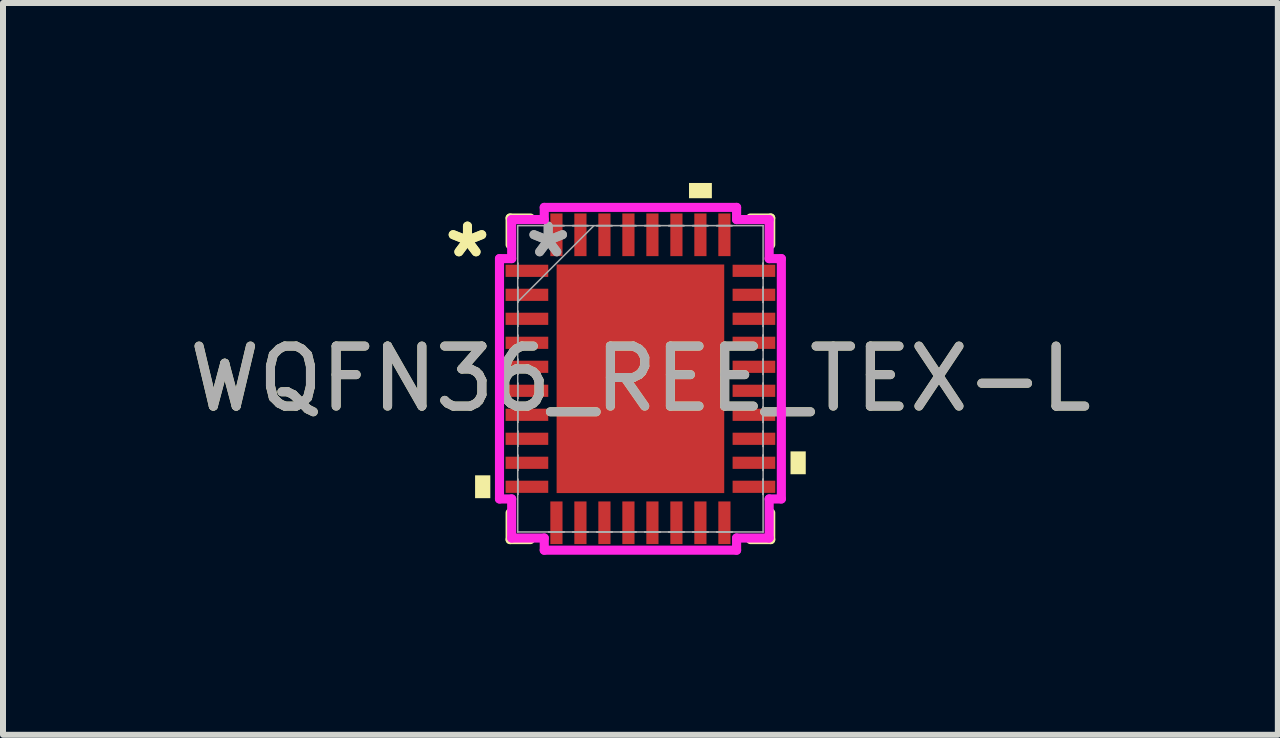
<source format=kicad_pcb>
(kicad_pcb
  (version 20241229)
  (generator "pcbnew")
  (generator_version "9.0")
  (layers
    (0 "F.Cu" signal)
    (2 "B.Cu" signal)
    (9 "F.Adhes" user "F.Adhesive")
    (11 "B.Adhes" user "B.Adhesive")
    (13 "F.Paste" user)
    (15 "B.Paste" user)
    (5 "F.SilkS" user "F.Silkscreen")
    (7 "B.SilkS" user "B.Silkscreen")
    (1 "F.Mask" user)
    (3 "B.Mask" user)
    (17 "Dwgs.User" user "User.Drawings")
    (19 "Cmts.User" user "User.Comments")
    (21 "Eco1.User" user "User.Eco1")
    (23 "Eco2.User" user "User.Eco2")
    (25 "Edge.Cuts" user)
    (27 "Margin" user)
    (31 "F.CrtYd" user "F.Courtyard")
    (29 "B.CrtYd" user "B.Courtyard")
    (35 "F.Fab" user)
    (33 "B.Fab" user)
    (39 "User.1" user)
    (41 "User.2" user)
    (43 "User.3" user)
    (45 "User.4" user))
  (footprint "WQFN36_REE_TEX-L"
    (layer "F.Cu")
    (at 7.625 3.264)
    (property "Reference" "WQFN36_REE_TEX-L" (at 0 0 0) (unlocked yes) (layer "F.SilkS") (effects (font (size 1 1) (thickness 0.15))))
    (attr smd)
    (fp_line (start -2.172 -2.68) (end -2.172 -2.234) (stroke (width 0.152) (type solid)) (layer "F.SilkS"))
    (fp_line (start -2.172 2.234) (end -2.172 2.68) (stroke (width 0.152) (type solid)) (layer "F.SilkS"))
    (fp_line (start -2.172 2.68) (end -1.834 2.68) (stroke (width 0.152) (type solid)) (layer "F.SilkS"))
    (fp_line (start -1.834 -2.68) (end -2.172 -2.68) (stroke (width 0.152) (type solid)) (layer "F.SilkS"))
    (fp_line (start 1.834 2.68) (end 2.172 2.68) (stroke (width 0.152) (type solid)) (layer "F.SilkS"))
    (fp_line (start 2.172 -2.68) (end 1.834 -2.68) (stroke (width 0.152) (type solid)) (layer "F.SilkS"))
    (fp_line (start 2.172 -2.234) (end 2.172 -2.68) (stroke (width 0.152) (type solid)) (layer "F.SilkS"))
    (fp_line (start 2.172 2.68) (end 2.172 2.234) (stroke (width 0.152) (type solid)) (layer "F.SilkS"))
    (fp_poly (pts (xy -2.756 1.609) (xy -2.756 1.99) (xy -2.502 1.99) (xy -2.502 1.609)) (stroke (width 0) (type solid)) (fill yes) (layer "F.SilkS"))
    (fp_poly (pts (xy 0.81 -3.01) (xy 0.81 -3.264) (xy 1.191 -3.264) (xy 1.191 -3.01)) (stroke (width 0) (type solid)) (fill yes) (layer "F.SilkS"))
    (fp_poly (pts (xy 2.756 1.21) (xy 2.756 1.591) (xy 2.502 1.591) (xy 2.502 1.21)) (stroke (width 0) (type solid)) (fill yes) (layer "F.SilkS"))
    (fp_poly (pts (xy -1.297 -1.805) (xy -1.297 -0.735) (xy -0.1 -0.735) (xy -0.1 -1.805)) (stroke (width 0) (type solid)) (fill yes) (layer "F.Paste"))
    (fp_poly (pts (xy -1.297 -0.535) (xy -1.297 0.535) (xy -0.1 0.535) (xy -0.1 -0.535)) (stroke (width 0) (type solid)) (fill yes) (layer "F.Paste"))
    (fp_poly (pts (xy -1.297 0.735) (xy -1.297 1.805) (xy -0.1 1.805) (xy -0.1 0.735)) (stroke (width 0) (type solid)) (fill yes) (layer "F.Paste"))
    (fp_poly (pts (xy 0.1 -1.805) (xy 0.1 -0.735) (xy 1.297 -0.735) (xy 1.297 -1.805)) (stroke (width 0) (type solid)) (fill yes) (layer "F.Paste"))
    (fp_poly (pts (xy 0.1 -0.535) (xy 0.1 0.535) (xy 1.297 0.535) (xy 1.297 -0.535)) (stroke (width 0) (type solid)) (fill yes) (layer "F.Paste"))
    (fp_poly (pts (xy 0.1 0.735) (xy 0.1 1.805) (xy 1.297 1.805) (xy 1.297 0.735)) (stroke (width 0) (type solid)) (fill yes) (layer "F.Paste"))
    (fp_line (start -2.349 -2.003) (end -2.146 -2.003) (stroke (width 0.152) (type solid)) (layer "F.CrtYd"))
    (fp_line (start -2.349 2.003) (end -2.349 -2.003) (stroke (width 0.152) (type solid)) (layer "F.CrtYd"))
    (fp_line (start -2.146 -2.654) (end -1.603 -2.654) (stroke (width 0.152) (type solid)) (layer "F.CrtYd"))
    (fp_line (start -2.146 -2.003) (end -2.146 -2.654) (stroke (width 0.152) (type solid)) (layer "F.CrtYd"))
    (fp_line (start -2.146 2.003) (end -2.349 2.003) (stroke (width 0.152) (type solid)) (layer "F.CrtYd"))
    (fp_line (start -2.146 2.654) (end -2.146 2.003) (stroke (width 0.152) (type solid)) (layer "F.CrtYd"))
    (fp_line (start -1.603 -2.857) (end 1.603 -2.857) (stroke (width 0.152) (type solid)) (layer "F.CrtYd"))
    (fp_line (start -1.603 -2.654) (end -1.603 -2.857) (stroke (width 0.152) (type solid)) (layer "F.CrtYd"))
    (fp_line (start -1.603 2.654) (end -2.146 2.654) (stroke (width 0.152) (type solid)) (layer "F.CrtYd"))
    (fp_line (start -1.603 2.857) (end -1.603 2.654) (stroke (width 0.152) (type solid)) (layer "F.CrtYd"))
    (fp_line (start 1.603 -2.857) (end 1.603 -2.654) (stroke (width 0.152) (type solid)) (layer "F.CrtYd"))
    (fp_line (start 1.603 -2.654) (end 2.146 -2.654) (stroke (width 0.152) (type solid)) (layer "F.CrtYd"))
    (fp_line (start 1.603 2.654) (end 1.603 2.857) (stroke (width 0.152) (type solid)) (layer "F.CrtYd"))
    (fp_line (start 1.603 2.857) (end -1.603 2.857) (stroke (width 0.152) (type solid)) (layer "F.CrtYd"))
    (fp_line (start 2.146 -2.654) (end 2.146 -2.003) (stroke (width 0.152) (type solid)) (layer "F.CrtYd"))
    (fp_line (start 2.146 -2.003) (end 2.349 -2.003) (stroke (width 0.152) (type solid)) (layer "F.CrtYd"))
    (fp_line (start 2.146 2.003) (end 2.146 2.654) (stroke (width 0.152) (type solid)) (layer "F.CrtYd"))
    (fp_line (start 2.146 2.654) (end 1.603 2.654) (stroke (width 0.152) (type solid)) (layer "F.CrtYd"))
    (fp_line (start 2.349 -2.003) (end 2.349 2.003) (stroke (width 0.152) (type solid)) (layer "F.CrtYd"))
    (fp_line (start 2.349 2.003) (end 2.146 2.003) (stroke (width 0.152) (type solid)) (layer "F.CrtYd"))
    (fp_line (start -2.045 -2.553) (end -2.045 -2.553) (stroke (width 0.025) (type solid)) (layer "F.Fab"))
    (fp_line (start -2.045 -2.553) (end -2.045 2.553) (stroke (width 0.025) (type solid)) (layer "F.Fab"))
    (fp_line (start -2.045 -1.927) (end -2.045 -1.927) (stroke (width 0.025) (type solid)) (layer "F.Fab"))
    (fp_line (start -2.045 -1.927) (end -2.045 -1.673) (stroke (width 0.025) (type solid)) (layer "F.Fab"))
    (fp_line (start -2.045 -1.673) (end -2.045 -1.927) (stroke (width 0.025) (type solid)) (layer "F.Fab"))
    (fp_line (start -2.045 -1.673) (end -2.045 -1.673) (stroke (width 0.025) (type solid)) (layer "F.Fab"))
    (fp_line (start -2.045 -1.527) (end -2.045 -1.527) (stroke (width 0.025) (type solid)) (layer "F.Fab"))
    (fp_line (start -2.045 -1.527) (end -2.045 -1.273) (stroke (width 0.025) (type solid)) (layer "F.Fab"))
    (fp_line (start -2.045 -1.283) (end -0.775 -2.553) (stroke (width 0.025) (type solid)) (layer "F.Fab"))
    (fp_line (start -2.045 -1.273) (end -2.045 -1.527) (stroke (width 0.025) (type solid)) (layer "F.Fab"))
    (fp_line (start -2.045 -1.273) (end -2.045 -1.273) (stroke (width 0.025) (type solid)) (layer "F.Fab"))
    (fp_line (start -2.045 -1.127) (end -2.045 -1.127) (stroke (width 0.025) (type solid)) (layer "F.Fab"))
    (fp_line (start -2.045 -1.127) (end -2.045 -0.873) (stroke (width 0.025) (type solid)) (layer "F.Fab"))
    (fp_line (start -2.045 -0.873) (end -2.045 -1.127) (stroke (width 0.025) (type solid)) (layer "F.Fab"))
    (fp_line (start -2.045 -0.873) (end -2.045 -0.873) (stroke (width 0.025) (type solid)) (layer "F.Fab"))
    (fp_line (start -2.045 -0.727) (end -2.045 -0.727) (stroke (width 0.025) (type solid)) (layer "F.Fab"))
    (fp_line (start -2.045 -0.727) (end -2.045 -0.473) (stroke (width 0.025) (type solid)) (layer "F.Fab"))
    (fp_line (start -2.045 -0.473) (end -2.045 -0.727) (stroke (width 0.025) (type solid)) (layer "F.Fab"))
    (fp_line (start -2.045 -0.473) (end -2.045 -0.473) (stroke (width 0.025) (type solid)) (layer "F.Fab"))
    (fp_line (start -2.045 -0.327) (end -2.045 -0.327) (stroke (width 0.025) (type solid)) (layer "F.Fab"))
    (fp_line (start -2.045 -0.327) (end -2.045 -0.073) (stroke (width 0.025) (type solid)) (layer "F.Fab"))
    (fp_line (start -2.045 -0.073) (end -2.045 -0.327) (stroke (width 0.025) (type solid)) (layer "F.Fab"))
    (fp_line (start -2.045 -0.073) (end -2.045 -0.073) (stroke (width 0.025) (type solid)) (layer "F.Fab"))
    (fp_line (start -2.045 0.073) (end -2.045 0.073) (stroke (width 0.025) (type solid)) (layer "F.Fab"))
    (fp_line (start -2.045 0.073) (end -2.045 0.327) (stroke (width 0.025) (type solid)) (layer "F.Fab"))
    (fp_line (start -2.045 0.327) (end -2.045 0.073) (stroke (width 0.025) (type solid)) (layer "F.Fab"))
    (fp_line (start -2.045 0.327) (end -2.045 0.327) (stroke (width 0.025) (type solid)) (layer "F.Fab"))
    (fp_line (start -2.045 0.473) (end -2.045 0.473) (stroke (width 0.025) (type solid)) (layer "F.Fab"))
    (fp_line (start -2.045 0.473) (end -2.045 0.727) (stroke (width 0.025) (type solid)) (layer "F.Fab"))
    (fp_line (start -2.045 0.727) (end -2.045 0.473) (stroke (width 0.025) (type solid)) (layer "F.Fab"))
    (fp_line (start -2.045 0.727) (end -2.045 0.727) (stroke (width 0.025) (type solid)) (layer "F.Fab"))
    (fp_line (start -2.045 0.873) (end -2.045 0.873) (stroke (width 0.025) (type solid)) (layer "F.Fab"))
    (fp_line (start -2.045 0.873) (end -2.045 1.127) (stroke (width 0.025) (type solid)) (layer "F.Fab"))
    (fp_line (start -2.045 1.127) (end -2.045 0.873) (stroke (width 0.025) (type solid)) (layer "F.Fab"))
    (fp_line (start -2.045 1.127) (end -2.045 1.127) (stroke (width 0.025) (type solid)) (layer "F.Fab"))
    (fp_line (start -2.045 1.273) (end -2.045 1.273) (stroke (width 0.025) (type solid)) (layer "F.Fab"))
    (fp_line (start -2.045 1.273) (end -2.045 1.527) (stroke (width 0.025) (type solid)) (layer "F.Fab"))
    (fp_line (start -2.045 1.527) (end -2.045 1.273) (stroke (width 0.025) (type solid)) (layer "F.Fab"))
    (fp_line (start -2.045 1.527) (end -2.045 1.527) (stroke (width 0.025) (type solid)) (layer "F.Fab"))
    (fp_line (start -2.045 1.673) (end -2.045 1.673) (stroke (width 0.025) (type solid)) (layer "F.Fab"))
    (fp_line (start -2.045 1.673) (end -2.045 1.927) (stroke (width 0.025) (type solid)) (layer "F.Fab"))
    (fp_line (start -2.045 1.927) (end -2.045 1.673) (stroke (width 0.025) (type solid)) (layer "F.Fab"))
    (fp_line (start -2.045 1.927) (end -2.045 1.927) (stroke (width 0.025) (type solid)) (layer "F.Fab"))
    (fp_line (start -2.045 2.553) (end -2.045 2.553) (stroke (width 0.025) (type solid)) (layer "F.Fab"))
    (fp_line (start -2.045 2.553) (end 2.045 2.553) (stroke (width 0.025) (type solid)) (layer "F.Fab"))
    (fp_line (start -1.527 -2.553) (end -1.527 -2.553) (stroke (width 0.025) (type solid)) (layer "F.Fab"))
    (fp_line (start -1.527 -2.553) (end -1.273 -2.553) (stroke (width 0.025) (type solid)) (layer "F.Fab"))
    (fp_line (start -1.527 2.553) (end -1.527 2.553) (stroke (width 0.025) (type solid)) (layer "F.Fab"))
    (fp_line (start -1.527 2.553) (end -1.273 2.553) (stroke (width 0.025) (type solid)) (layer "F.Fab"))
    (fp_line (start -1.273 -2.553) (end -1.527 -2.553) (stroke (width 0.025) (type solid)) (layer "F.Fab"))
    (fp_line (start -1.273 -2.553) (end -1.273 -2.553) (stroke (width 0.025) (type solid)) (layer "F.Fab"))
    (fp_line (start -1.273 2.553) (end -1.527 2.553) (stroke (width 0.025) (type solid)) (layer "F.Fab"))
    (fp_line (start -1.273 2.553) (end -1.273 2.553) (stroke (width 0.025) (type solid)) (layer "F.Fab"))
    (fp_line (start -1.127 -2.553) (end -1.127 -2.553) (stroke (width 0.025) (type solid)) (layer "F.Fab"))
    (fp_line (start -1.127 -2.553) (end -0.873 -2.553) (stroke (width 0.025) (type solid)) (layer "F.Fab"))
    (fp_line (start -1.127 2.553) (end -1.127 2.553) (stroke (width 0.025) (type solid)) (layer "F.Fab"))
    (fp_line (start -1.127 2.553) (end -0.873 2.553) (stroke (width 0.025) (type solid)) (layer "F.Fab"))
    (fp_line (start -0.873 -2.553) (end -1.127 -2.553) (stroke (width 0.025) (type solid)) (layer "F.Fab"))
    (fp_line (start -0.873 -2.553) (end -0.873 -2.553) (stroke (width 0.025) (type solid)) (layer "F.Fab"))
    (fp_line (start -0.873 2.553) (end -1.127 2.553) (stroke (width 0.025) (type solid)) (layer "F.Fab"))
    (fp_line (start -0.873 2.553) (end -0.873 2.553) (stroke (width 0.025) (type solid)) (layer "F.Fab"))
    (fp_line (start -0.727 -2.553) (end -0.727 -2.553) (stroke (width 0.025) (type solid)) (layer "F.Fab"))
    (fp_line (start -0.727 -2.553) (end -0.473 -2.553) (stroke (width 0.025) (type solid)) (layer "F.Fab"))
    (fp_line (start -0.727 2.553) (end -0.727 2.553) (stroke (width 0.025) (type solid)) (layer "F.Fab"))
    (fp_line (start -0.727 2.553) (end -0.473 2.553) (stroke (width 0.025) (type solid)) (layer "F.Fab"))
    (fp_line (start -0.473 -2.553) (end -0.727 -2.553) (stroke (width 0.025) (type solid)) (layer "F.Fab"))
    (fp_line (start -0.473 -2.553) (end -0.473 -2.553) (stroke (width 0.025) (type solid)) (layer "F.Fab"))
    (fp_line (start -0.473 2.553) (end -0.727 2.553) (stroke (width 0.025) (type solid)) (layer "F.Fab"))
    (fp_line (start -0.473 2.553) (end -0.473 2.553) (stroke (width 0.025) (type solid)) (layer "F.Fab"))
    (fp_line (start -0.327 -2.553) (end -0.327 -2.553) (stroke (width 0.025) (type solid)) (layer "F.Fab"))
    (fp_line (start -0.327 -2.553) (end -0.073 -2.553) (stroke (width 0.025) (type solid)) (layer "F.Fab"))
    (fp_line (start -0.327 2.553) (end -0.327 2.553) (stroke (width 0.025) (type solid)) (layer "F.Fab"))
    (fp_line (start -0.327 2.553) (end -0.073 2.553) (stroke (width 0.025) (type solid)) (layer "F.Fab"))
    (fp_line (start -0.073 -2.553) (end -0.327 -2.553) (stroke (width 0.025) (type solid)) (layer "F.Fab"))
    (fp_line (start -0.073 -2.553) (end -0.073 -2.553) (stroke (width 0.025) (type solid)) (layer "F.Fab"))
    (fp_line (start -0.073 2.553) (end -0.327 2.553) (stroke (width 0.025) (type solid)) (layer "F.Fab"))
    (fp_line (start -0.073 2.553) (end -0.073 2.553) (stroke (width 0.025) (type solid)) (layer "F.Fab"))
    (fp_line (start 0.073 -2.553) (end 0.073 -2.553) (stroke (width 0.025) (type solid)) (layer "F.Fab"))
    (fp_line (start 0.073 -2.553) (end 0.327 -2.553) (stroke (width 0.025) (type solid)) (layer "F.Fab"))
    (fp_line (start 0.073 2.553) (end 0.073 2.553) (stroke (width 0.025) (type solid)) (layer "F.Fab"))
    (fp_line (start 0.073 2.553) (end 0.327 2.553) (stroke (width 0.025) (type solid)) (layer "F.Fab"))
    (fp_line (start 0.327 -2.553) (end 0.073 -2.553) (stroke (width 0.025) (type solid)) (layer "F.Fab"))
    (fp_line (start 0.327 -2.553) (end 0.327 -2.553) (stroke (width 0.025) (type solid)) (layer "F.Fab"))
    (fp_line (start 0.327 2.553) (end 0.073 2.553) (stroke (width 0.025) (type solid)) (layer "F.Fab"))
    (fp_line (start 0.327 2.553) (end 0.327 2.553) (stroke (width 0.025) (type solid)) (layer "F.Fab"))
    (fp_line (start 0.473 -2.553) (end 0.473 -2.553) (stroke (width 0.025) (type solid)) (layer "F.Fab"))
    (fp_line (start 0.473 -2.553) (end 0.727 -2.553) (stroke (width 0.025) (type solid)) (layer "F.Fab"))
    (fp_line (start 0.473 2.553) (end 0.473 2.553) (stroke (width 0.025) (type solid)) (layer "F.Fab"))
    (fp_line (start 0.473 2.553) (end 0.727 2.553) (stroke (width 0.025) (type solid)) (layer "F.Fab"))
    (fp_line (start 0.727 -2.553) (end 0.473 -2.553) (stroke (width 0.025) (type solid)) (layer "F.Fab"))
    (fp_line (start 0.727 -2.553) (end 0.727 -2.553) (stroke (width 0.025) (type solid)) (layer "F.Fab"))
    (fp_line (start 0.727 2.553) (end 0.473 2.553) (stroke (width 0.025) (type solid)) (layer "F.Fab"))
    (fp_line (start 0.727 2.553) (end 0.727 2.553) (stroke (width 0.025) (type solid)) (layer "F.Fab"))
    (fp_line (start 0.873 -2.553) (end 0.873 -2.553) (stroke (width 0.025) (type solid)) (layer "F.Fab"))
    (fp_line (start 0.873 -2.553) (end 1.127 -2.553) (stroke (width 0.025) (type solid)) (layer "F.Fab"))
    (fp_line (start 0.873 2.553) (end 0.873 2.553) (stroke (width 0.025) (type solid)) (layer "F.Fab"))
    (fp_line (start 0.873 2.553) (end 1.127 2.553) (stroke (width 0.025) (type solid)) (layer "F.Fab"))
    (fp_line (start 1.127 -2.553) (end 0.873 -2.553) (stroke (width 0.025) (type solid)) (layer "F.Fab"))
    (fp_line (start 1.127 -2.553) (end 1.127 -2.553) (stroke (width 0.025) (type solid)) (layer "F.Fab"))
    (fp_line (start 1.127 2.553) (end 0.873 2.553) (stroke (width 0.025) (type solid)) (layer "F.Fab"))
    (fp_line (start 1.127 2.553) (end 1.127 2.553) (stroke (width 0.025) (type solid)) (layer "F.Fab"))
    (fp_line (start 1.273 -2.553) (end 1.273 -2.553) (stroke (width 0.025) (type solid)) (layer "F.Fab"))
    (fp_line (start 1.273 -2.553) (end 1.527 -2.553) (stroke (width 0.025) (type solid)) (layer "F.Fab"))
    (fp_line (start 1.273 2.553) (end 1.273 2.553) (stroke (width 0.025) (type solid)) (layer "F.Fab"))
    (fp_line (start 1.273 2.553) (end 1.527 2.553) (stroke (width 0.025) (type solid)) (layer "F.Fab"))
    (fp_line (start 1.527 -2.553) (end 1.273 -2.553) (stroke (width 0.025) (type solid)) (layer "F.Fab"))
    (fp_line (start 1.527 -2.553) (end 1.527 -2.553) (stroke (width 0.025) (type solid)) (layer "F.Fab"))
    (fp_line (start 1.527 2.553) (end 1.273 2.553) (stroke (width 0.025) (type solid)) (layer "F.Fab"))
    (fp_line (start 1.527 2.553) (end 1.527 2.553) (stroke (width 0.025) (type solid)) (layer "F.Fab"))
    (fp_line (start 2.045 -2.553) (end -2.045 -2.553) (stroke (width 0.025) (type solid)) (layer "F.Fab"))
    (fp_line (start 2.045 -2.553) (end 2.045 -2.553) (stroke (width 0.025) (type solid)) (layer "F.Fab"))
    (fp_line (start 2.045 -1.927) (end 2.045 -1.927) (stroke (width 0.025) (type solid)) (layer "F.Fab"))
    (fp_line (start 2.045 -1.927) (end 2.045 -1.673) (stroke (width 0.025) (type solid)) (layer "F.Fab"))
    (fp_line (start 2.045 -1.673) (end 2.045 -1.927) (stroke (width 0.025) (type solid)) (layer "F.Fab"))
    (fp_line (start 2.045 -1.673) (end 2.045 -1.673) (stroke (width 0.025) (type solid)) (layer "F.Fab"))
    (fp_line (start 2.045 -1.527) (end 2.045 -1.527) (stroke (width 0.025) (type solid)) (layer "F.Fab"))
    (fp_line (start 2.045 -1.527) (end 2.045 -1.273) (stroke (width 0.025) (type solid)) (layer "F.Fab"))
    (fp_line (start 2.045 -1.273) (end 2.045 -1.527) (stroke (width 0.025) (type solid)) (layer "F.Fab"))
    (fp_line (start 2.045 -1.273) (end 2.045 -1.273) (stroke (width 0.025) (type solid)) (layer "F.Fab"))
    (fp_line (start 2.045 -1.127) (end 2.045 -1.127) (stroke (width 0.025) (type solid)) (layer "F.Fab"))
    (fp_line (start 2.045 -1.127) (end 2.045 -0.873) (stroke (width 0.025) (type solid)) (layer "F.Fab"))
    (fp_line (start 2.045 -0.873) (end 2.045 -1.127) (stroke (width 0.025) (type solid)) (layer "F.Fab"))
    (fp_line (start 2.045 -0.873) (end 2.045 -0.873) (stroke (width 0.025) (type solid)) (layer "F.Fab"))
    (fp_line (start 2.045 -0.727) (end 2.045 -0.727) (stroke (width 0.025) (type solid)) (layer "F.Fab"))
    (fp_line (start 2.045 -0.727) (end 2.045 -0.473) (stroke (width 0.025) (type solid)) (layer "F.Fab"))
    (fp_line (start 2.045 -0.473) (end 2.045 -0.727) (stroke (width 0.025) (type solid)) (layer "F.Fab"))
    (fp_line (start 2.045 -0.473) (end 2.045 -0.473) (stroke (width 0.025) (type solid)) (layer "F.Fab"))
    (fp_line (start 2.045 -0.327) (end 2.045 -0.327) (stroke (width 0.025) (type solid)) (layer "F.Fab"))
    (fp_line (start 2.045 -0.327) (end 2.045 -0.073) (stroke (width 0.025) (type solid)) (layer "F.Fab"))
    (fp_line (start 2.045 -0.073) (end 2.045 -0.327) (stroke (width 0.025) (type solid)) (layer "F.Fab"))
    (fp_line (start 2.045 -0.073) (end 2.045 -0.073) (stroke (width 0.025) (type solid)) (layer "F.Fab"))
    (fp_line (start 2.045 0.073) (end 2.045 0.073) (stroke (width 0.025) (type solid)) (layer "F.Fab"))
    (fp_line (start 2.045 0.073) (end 2.045 0.327) (stroke (width 0.025) (type solid)) (layer "F.Fab"))
    (fp_line (start 2.045 0.327) (end 2.045 0.073) (stroke (width 0.025) (type solid)) (layer "F.Fab"))
    (fp_line (start 2.045 0.327) (end 2.045 0.327) (stroke (width 0.025) (type solid)) (layer "F.Fab"))
    (fp_line (start 2.045 0.473) (end 2.045 0.473) (stroke (width 0.025) (type solid)) (layer "F.Fab"))
    (fp_line (start 2.045 0.473) (end 2.045 0.727) (stroke (width 0.025) (type solid)) (layer "F.Fab"))
    (fp_line (start 2.045 0.727) (end 2.045 0.473) (stroke (width 0.025) (type solid)) (layer "F.Fab"))
    (fp_line (start 2.045 0.727) (end 2.045 0.727) (stroke (width 0.025) (type solid)) (layer "F.Fab"))
    (fp_line (start 2.045 0.873) (end 2.045 0.873) (stroke (width 0.025) (type solid)) (layer "F.Fab"))
    (fp_line (start 2.045 0.873) (end 2.045 1.127) (stroke (width 0.025) (type solid)) (layer "F.Fab"))
    (fp_line (start 2.045 1.127) (end 2.045 0.873) (stroke (width 0.025) (type solid)) (layer "F.Fab"))
    (fp_line (start 2.045 1.127) (end 2.045 1.127) (stroke (width 0.025) (type solid)) (layer "F.Fab"))
    (fp_line (start 2.045 1.273) (end 2.045 1.273) (stroke (width 0.025) (type solid)) (layer "F.Fab"))
    (fp_line (start 2.045 1.273) (end 2.045 1.527) (stroke (width 0.025) (type solid)) (layer "F.Fab"))
    (fp_line (start 2.045 1.527) (end 2.045 1.273) (stroke (width 0.025) (type solid)) (layer "F.Fab"))
    (fp_line (start 2.045 1.527) (end 2.045 1.527) (stroke (width 0.025) (type solid)) (layer "F.Fab"))
    (fp_line (start 2.045 1.673) (end 2.045 1.673) (stroke (width 0.025) (type solid)) (layer "F.Fab"))
    (fp_line (start 2.045 1.673) (end 2.045 1.927) (stroke (width 0.025) (type solid)) (layer "F.Fab"))
    (fp_line (start 2.045 1.927) (end 2.045 1.673) (stroke (width 0.025) (type solid)) (layer "F.Fab"))
    (fp_line (start 2.045 1.927) (end 2.045 1.927) (stroke (width 0.025) (type solid)) (layer "F.Fab"))
    (fp_line (start 2.045 2.553) (end 2.045 -2.553) (stroke (width 0.025) (type solid)) (layer "F.Fab"))
    (fp_line (start 2.045 2.553) (end 2.045 2.553) (stroke (width 0.025) (type solid)) (layer "F.Fab"))
    (fp_text user "*" (at -2.883 -2 0) (unlocked yes) (layer "F.SilkS") (effects (font (size 1 1) (thickness 0.15))))
    (fp_text user "*" (at -2.883 -2 0) (layer "F.SilkS") (effects (font (size 1 1) (thickness 0.15))))
    (fp_text user "*" (at -1.537 -2 0) (unlocked yes) (layer "F.Fab") (effects (font (size 1 1) (thickness 0.15))))
    (fp_text user "${REFERENCE}" (at 0 0 0) (unlocked yes) (layer "F.Fab") (effects (font (size 1 1) (thickness 0.15))))
    (fp_text user "*" (at -1.537 -2 0) (layer "F.Fab") (effects (font (size 1 1) (thickness 0.15))))
    (pad "1" smd rect (at -1.892 -1.8 90) (size 0.203 0.711) (layers "F.Cu" "F.Mask" "F.Paste"))
    (pad "2" smd rect (at -1.892 -1.4 90) (size 0.203 0.711) (layers "F.Cu" "F.Mask" "F.Paste"))
    (pad "3" smd rect (at -1.892 -1 90) (size 0.203 0.711) (layers "F.Cu" "F.Mask" "F.Paste"))
    (pad "4" smd rect (at -1.892 -0.6 90) (size 0.203 0.711) (layers "F.Cu" "F.Mask" "F.Paste"))
    (pad "5" smd rect (at -1.892 -0.2 90) (size 0.203 0.711) (layers "F.Cu" "F.Mask" "F.Paste"))
    (pad "6" smd rect (at -1.892 0.2 90) (size 0.203 0.711) (layers "F.Cu" "F.Mask" "F.Paste"))
    (pad "7" smd rect (at -1.892 0.6 90) (size 0.203 0.711) (layers "F.Cu" "F.Mask" "F.Paste"))
    (pad "8" smd rect (at -1.892 1 90) (size 0.203 0.711) (layers "F.Cu" "F.Mask" "F.Paste"))
    (pad "9" smd rect (at -1.892 1.4 90) (size 0.203 0.711) (layers "F.Cu" "F.Mask" "F.Paste"))
    (pad "10" smd rect (at -1.892 1.8 90) (size 0.203 0.711) (layers "F.Cu" "F.Mask" "F.Paste"))
    (pad "11" smd rect (at -1.4 2.4) (size 0.203 0.711) (layers "F.Cu" "F.Mask" "F.Paste"))
    (pad "12" smd rect (at -1 2.4) (size 0.203 0.711) (layers "F.Cu" "F.Mask" "F.Paste"))
    (pad "13" smd rect (at -0.6 2.4) (size 0.203 0.711) (layers "F.Cu" "F.Mask" "F.Paste"))
    (pad "14" smd rect (at -0.2 2.4) (size 0.203 0.711) (layers "F.Cu" "F.Mask" "F.Paste"))
    (pad "15" smd rect (at 0.2 2.4) (size 0.203 0.711) (layers "F.Cu" "F.Mask" "F.Paste"))
    (pad "16" smd rect (at 0.6 2.4) (size 0.203 0.711) (layers "F.Cu" "F.Mask" "F.Paste"))
    (pad "17" smd rect (at 1 2.4) (size 0.203 0.711) (layers "F.Cu" "F.Mask" "F.Paste"))
    (pad "18" smd rect (at 1.4 2.4) (size 0.203 0.711) (layers "F.Cu" "F.Mask" "F.Paste"))
    (pad "19" smd rect (at 1.892 1.8 90) (size 0.203 0.711) (layers "F.Cu" "F.Mask" "F.Paste"))
    (pad "20" smd rect (at 1.892 1.4 90) (size 0.203 0.711) (layers "F.Cu" "F.Mask" "F.Paste"))
    (pad "21" smd rect (at 1.892 1 90) (size 0.203 0.711) (layers "F.Cu" "F.Mask" "F.Paste"))
    (pad "22" smd rect (at 1.892 0.6 90) (size 0.203 0.711) (layers "F.Cu" "F.Mask" "F.Paste"))
    (pad "23" smd rect (at 1.892 0.2 90) (size 0.203 0.711) (layers "F.Cu" "F.Mask" "F.Paste"))
    (pad "24" smd rect (at 1.892 -0.2 90) (size 0.203 0.711) (layers "F.Cu" "F.Mask" "F.Paste"))
    (pad "25" smd rect (at 1.892 -0.6 90) (size 0.203 0.711) (layers "F.Cu" "F.Mask" "F.Paste"))
    (pad "26" smd rect (at 1.892 -1 90) (size 0.203 0.711) (layers "F.Cu" "F.Mask" "F.Paste"))
    (pad "27" smd rect (at 1.892 -1.4 90) (size 0.203 0.711) (layers "F.Cu" "F.Mask" "F.Paste"))
    (pad "28" smd rect (at 1.892 -1.8 90) (size 0.203 0.711) (layers "F.Cu" "F.Mask" "F.Paste"))
    (pad "29" smd rect (at 1.4 -2.4) (size 0.203 0.711) (layers "F.Cu" "F.Mask" "F.Paste"))
    (pad "30" smd rect (at 1 -2.4) (size 0.203 0.711) (layers "F.Cu" "F.Mask" "F.Paste"))
    (pad "31" smd rect (at 0.6 -2.4) (size 0.203 0.711) (layers "F.Cu" "F.Mask" "F.Paste"))
    (pad "32" smd rect (at 0.2 -2.4) (size 0.203 0.711) (layers "F.Cu" "F.Mask" "F.Paste"))
    (pad "33" smd rect (at -0.2 -2.4) (size 0.203 0.711) (layers "F.Cu" "F.Mask" "F.Paste"))
    (pad "34" smd rect (at -0.6 -2.4) (size 0.203 0.711) (layers "F.Cu" "F.Mask" "F.Paste"))
    (pad "35" smd rect (at -1 -2.4) (size 0.203 0.711) (layers "F.Cu" "F.Mask" "F.Paste"))
    (pad "36" smd rect (at -1.4 -2.4) (size 0.203 0.711) (layers "F.Cu" "F.Mask" "F.Paste"))
    (pad "37" smd rect (at 0 0) (size 2.794 3.81) (layers "F.Cu" "F.Mask" "F.Paste")))
  (gr_rect
    (start -3 -3)
    (end 18.25 9.198)
    (stroke (width 0.1) (type default))
    (fill no)
    (layer "Edge.Cuts")))
</source>
